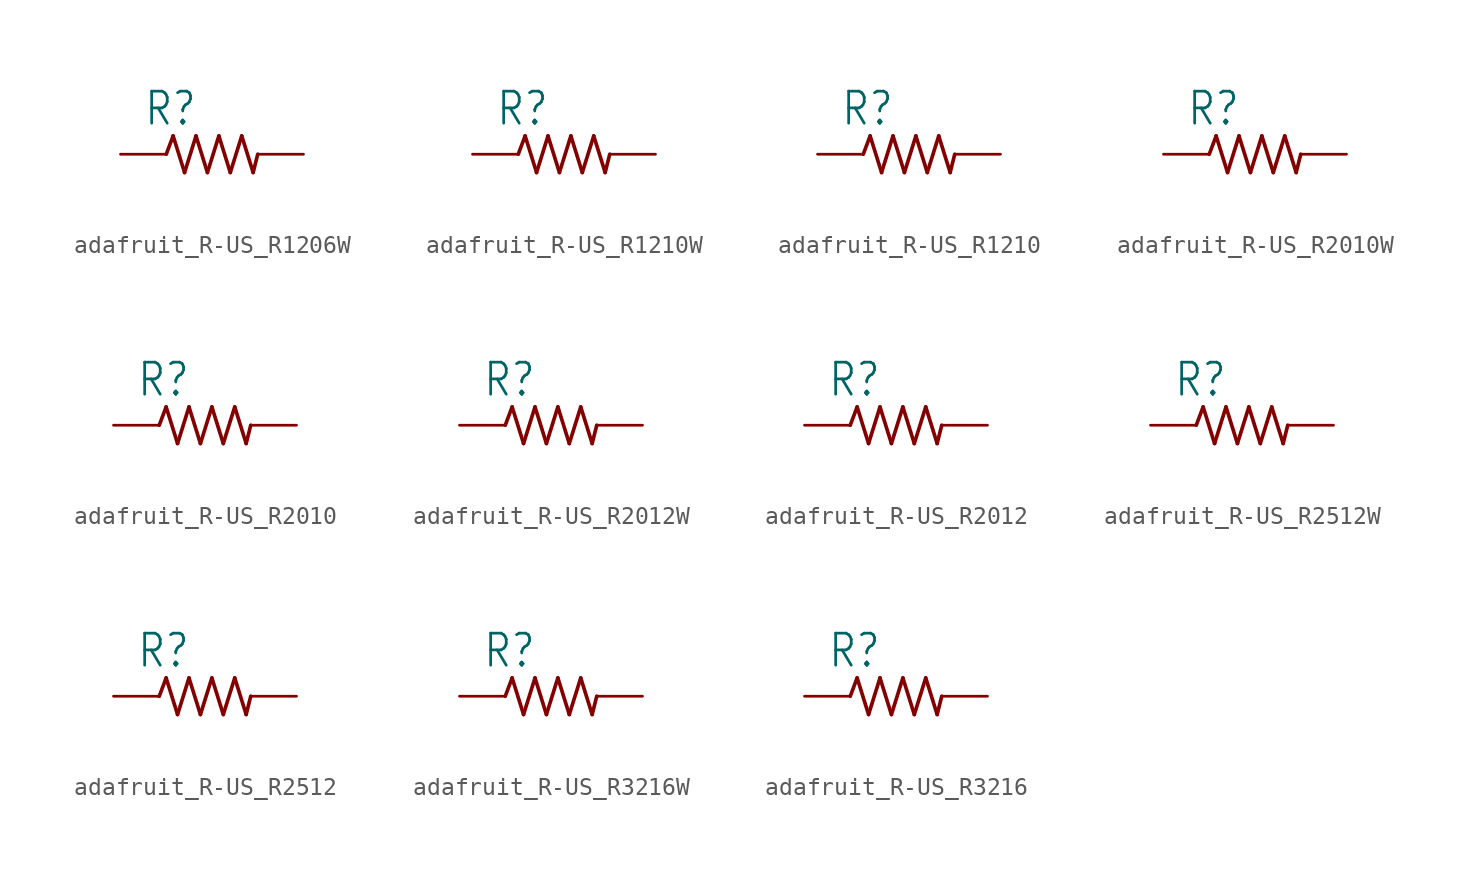
<source format=kicad_sym>
(kicad_symbol_lib
  (version 20220914)
  (generator kicad_symbol_editor)
  (symbol "adafruit_R-US_R1206W"
    (property "Reference" "R"
      (at -3.81 1.499 0)
      (effects (font (size 1.778 1.511)) (justify left bottom)))
    (property "Value" ""
      (at -3.81 -3.302 0)
      (effects (font (size 1.778 1.511)) (justify left bottom)))
    (property "ki_locked" ""
      (at 0 0 0)
      (effects (font (size 1.27 1.27))))
    (symbol "adafruit_R-US_R1206W_1_0"
      (polyline (pts (xy -2.54 0) (xy -2.159 1.016)) (stroke (width 0.203) (type solid)) (fill (type none)))
      (polyline (pts (xy -2.159 1.016) (xy -1.524 -1.016)) (stroke (width 0.203) (type solid)) (fill (type none)))
      (polyline (pts (xy -1.524 -1.016) (xy -0.889 1.016)) (stroke (width 0.203) (type solid)) (fill (type none)))
      (polyline (pts (xy -0.889 1.016) (xy -0.254 -1.016)) (stroke (width 0.203) (type solid)) (fill (type none)))
      (polyline (pts (xy -0.254 -1.016) (xy 0.381 1.016)) (stroke (width 0.203) (type solid)) (fill (type none)))
      (polyline (pts (xy 0.381 1.016) (xy 1.016 -1.016)) (stroke (width 0.203) (type solid)) (fill (type none)))
      (polyline (pts (xy 1.016 -1.016) (xy 1.651 1.016)) (stroke (width 0.203) (type solid)) (fill (type none)))
      (polyline (pts (xy 1.651 1.016) (xy 2.286 -1.016)) (stroke (width 0.203) (type solid)) (fill (type none)))
      (polyline (pts (xy 2.286 -1.016) (xy 2.54 0)) (stroke (width 0.203) (type solid)) (fill (type none)))
      (pin passive line (at -5.08 0 0) (length 2.54) (name "1" (effects (font (size 0 0)))) (number "1" (effects (font (size 0 0)))))
      (pin passive line (at 5.08 0 180) (length 2.54) (name "2" (effects (font (size 0 0)))) (number "2" (effects (font (size 0 0)))))))
  (symbol "adafruit_R-US_R1210W"
    (property "Reference" "R"
      (at -3.81 1.499 0)
      (effects (font (size 1.778 1.511)) (justify left bottom)))
    (property "Value" ""
      (at -3.81 -3.302 0)
      (effects (font (size 1.778 1.511)) (justify left bottom)))
    (property "ki_locked" ""
      (at 0 0 0)
      (effects (font (size 1.27 1.27))))
    (symbol "adafruit_R-US_R1210W_1_0"
      (polyline (pts (xy -2.54 0) (xy -2.159 1.016)) (stroke (width 0.203) (type solid)) (fill (type none)))
      (polyline (pts (xy -2.159 1.016) (xy -1.524 -1.016)) (stroke (width 0.203) (type solid)) (fill (type none)))
      (polyline (pts (xy -1.524 -1.016) (xy -0.889 1.016)) (stroke (width 0.203) (type solid)) (fill (type none)))
      (polyline (pts (xy -0.889 1.016) (xy -0.254 -1.016)) (stroke (width 0.203) (type solid)) (fill (type none)))
      (polyline (pts (xy -0.254 -1.016) (xy 0.381 1.016)) (stroke (width 0.203) (type solid)) (fill (type none)))
      (polyline (pts (xy 0.381 1.016) (xy 1.016 -1.016)) (stroke (width 0.203) (type solid)) (fill (type none)))
      (polyline (pts (xy 1.016 -1.016) (xy 1.651 1.016)) (stroke (width 0.203) (type solid)) (fill (type none)))
      (polyline (pts (xy 1.651 1.016) (xy 2.286 -1.016)) (stroke (width 0.203) (type solid)) (fill (type none)))
      (polyline (pts (xy 2.286 -1.016) (xy 2.54 0)) (stroke (width 0.203) (type solid)) (fill (type none)))
      (pin passive line (at -5.08 0 0) (length 2.54) (name "1" (effects (font (size 0 0)))) (number "1" (effects (font (size 0 0)))))
      (pin passive line (at 5.08 0 180) (length 2.54) (name "2" (effects (font (size 0 0)))) (number "2" (effects (font (size 0 0)))))))
  (symbol "adafruit_R-US_R1210"
    (property "Reference" "R"
      (at -3.81 1.499 0)
      (effects (font (size 1.778 1.511)) (justify left bottom)))
    (property "Value" ""
      (at -3.81 -3.302 0)
      (effects (font (size 1.778 1.511)) (justify left bottom)))
    (property "ki_locked" ""
      (at 0 0 0)
      (effects (font (size 1.27 1.27))))
    (symbol "adafruit_R-US_R1210_1_0"
      (polyline (pts (xy -2.54 0) (xy -2.159 1.016)) (stroke (width 0.203) (type solid)) (fill (type none)))
      (polyline (pts (xy -2.159 1.016) (xy -1.524 -1.016)) (stroke (width 0.203) (type solid)) (fill (type none)))
      (polyline (pts (xy -1.524 -1.016) (xy -0.889 1.016)) (stroke (width 0.203) (type solid)) (fill (type none)))
      (polyline (pts (xy -0.889 1.016) (xy -0.254 -1.016)) (stroke (width 0.203) (type solid)) (fill (type none)))
      (polyline (pts (xy -0.254 -1.016) (xy 0.381 1.016)) (stroke (width 0.203) (type solid)) (fill (type none)))
      (polyline (pts (xy 0.381 1.016) (xy 1.016 -1.016)) (stroke (width 0.203) (type solid)) (fill (type none)))
      (polyline (pts (xy 1.016 -1.016) (xy 1.651 1.016)) (stroke (width 0.203) (type solid)) (fill (type none)))
      (polyline (pts (xy 1.651 1.016) (xy 2.286 -1.016)) (stroke (width 0.203) (type solid)) (fill (type none)))
      (polyline (pts (xy 2.286 -1.016) (xy 2.54 0)) (stroke (width 0.203) (type solid)) (fill (type none)))
      (pin passive line (at -5.08 0 0) (length 2.54) (name "1" (effects (font (size 0 0)))) (number "1" (effects (font (size 0 0)))))
      (pin passive line (at 5.08 0 180) (length 2.54) (name "2" (effects (font (size 0 0)))) (number "2" (effects (font (size 0 0)))))))
  (symbol "adafruit_R-US_R2010W"
    (property "Reference" "R"
      (at -3.81 1.499 0)
      (effects (font (size 1.778 1.511)) (justify left bottom)))
    (property "Value" ""
      (at -3.81 -3.302 0)
      (effects (font (size 1.778 1.511)) (justify left bottom)))
    (property "ki_locked" ""
      (at 0 0 0)
      (effects (font (size 1.27 1.27))))
    (symbol "adafruit_R-US_R2010W_1_0"
      (polyline (pts (xy -2.54 0) (xy -2.159 1.016)) (stroke (width 0.203) (type solid)) (fill (type none)))
      (polyline (pts (xy -2.159 1.016) (xy -1.524 -1.016)) (stroke (width 0.203) (type solid)) (fill (type none)))
      (polyline (pts (xy -1.524 -1.016) (xy -0.889 1.016)) (stroke (width 0.203) (type solid)) (fill (type none)))
      (polyline (pts (xy -0.889 1.016) (xy -0.254 -1.016)) (stroke (width 0.203) (type solid)) (fill (type none)))
      (polyline (pts (xy -0.254 -1.016) (xy 0.381 1.016)) (stroke (width 0.203) (type solid)) (fill (type none)))
      (polyline (pts (xy 0.381 1.016) (xy 1.016 -1.016)) (stroke (width 0.203) (type solid)) (fill (type none)))
      (polyline (pts (xy 1.016 -1.016) (xy 1.651 1.016)) (stroke (width 0.203) (type solid)) (fill (type none)))
      (polyline (pts (xy 1.651 1.016) (xy 2.286 -1.016)) (stroke (width 0.203) (type solid)) (fill (type none)))
      (polyline (pts (xy 2.286 -1.016) (xy 2.54 0)) (stroke (width 0.203) (type solid)) (fill (type none)))
      (pin passive line (at -5.08 0 0) (length 2.54) (name "1" (effects (font (size 0 0)))) (number "1" (effects (font (size 0 0)))))
      (pin passive line (at 5.08 0 180) (length 2.54) (name "2" (effects (font (size 0 0)))) (number "2" (effects (font (size 0 0)))))))
  (symbol "adafruit_R-US_R2010"
    (property "Reference" "R"
      (at -3.81 1.499 0)
      (effects (font (size 1.778 1.511)) (justify left bottom)))
    (property "Value" ""
      (at -3.81 -3.302 0)
      (effects (font (size 1.778 1.511)) (justify left bottom)))
    (property "ki_locked" ""
      (at 0 0 0)
      (effects (font (size 1.27 1.27))))
    (symbol "adafruit_R-US_R2010_1_0"
      (polyline (pts (xy -2.54 0) (xy -2.159 1.016)) (stroke (width 0.203) (type solid)) (fill (type none)))
      (polyline (pts (xy -2.159 1.016) (xy -1.524 -1.016)) (stroke (width 0.203) (type solid)) (fill (type none)))
      (polyline (pts (xy -1.524 -1.016) (xy -0.889 1.016)) (stroke (width 0.203) (type solid)) (fill (type none)))
      (polyline (pts (xy -0.889 1.016) (xy -0.254 -1.016)) (stroke (width 0.203) (type solid)) (fill (type none)))
      (polyline (pts (xy -0.254 -1.016) (xy 0.381 1.016)) (stroke (width 0.203) (type solid)) (fill (type none)))
      (polyline (pts (xy 0.381 1.016) (xy 1.016 -1.016)) (stroke (width 0.203) (type solid)) (fill (type none)))
      (polyline (pts (xy 1.016 -1.016) (xy 1.651 1.016)) (stroke (width 0.203) (type solid)) (fill (type none)))
      (polyline (pts (xy 1.651 1.016) (xy 2.286 -1.016)) (stroke (width 0.203) (type solid)) (fill (type none)))
      (polyline (pts (xy 2.286 -1.016) (xy 2.54 0)) (stroke (width 0.203) (type solid)) (fill (type none)))
      (pin passive line (at -5.08 0 0) (length 2.54) (name "1" (effects (font (size 0 0)))) (number "1" (effects (font (size 0 0)))))
      (pin passive line (at 5.08 0 180) (length 2.54) (name "2" (effects (font (size 0 0)))) (number "2" (effects (font (size 0 0)))))))
  (symbol "adafruit_R-US_R2012W"
    (property "Reference" "R"
      (at -3.81 1.499 0)
      (effects (font (size 1.778 1.511)) (justify left bottom)))
    (property "Value" ""
      (at -3.81 -3.302 0)
      (effects (font (size 1.778 1.511)) (justify left bottom)))
    (property "ki_locked" ""
      (at 0 0 0)
      (effects (font (size 1.27 1.27))))
    (symbol "adafruit_R-US_R2012W_1_0"
      (polyline (pts (xy -2.54 0) (xy -2.159 1.016)) (stroke (width 0.203) (type solid)) (fill (type none)))
      (polyline (pts (xy -2.159 1.016) (xy -1.524 -1.016)) (stroke (width 0.203) (type solid)) (fill (type none)))
      (polyline (pts (xy -1.524 -1.016) (xy -0.889 1.016)) (stroke (width 0.203) (type solid)) (fill (type none)))
      (polyline (pts (xy -0.889 1.016) (xy -0.254 -1.016)) (stroke (width 0.203) (type solid)) (fill (type none)))
      (polyline (pts (xy -0.254 -1.016) (xy 0.381 1.016)) (stroke (width 0.203) (type solid)) (fill (type none)))
      (polyline (pts (xy 0.381 1.016) (xy 1.016 -1.016)) (stroke (width 0.203) (type solid)) (fill (type none)))
      (polyline (pts (xy 1.016 -1.016) (xy 1.651 1.016)) (stroke (width 0.203) (type solid)) (fill (type none)))
      (polyline (pts (xy 1.651 1.016) (xy 2.286 -1.016)) (stroke (width 0.203) (type solid)) (fill (type none)))
      (polyline (pts (xy 2.286 -1.016) (xy 2.54 0)) (stroke (width 0.203) (type solid)) (fill (type none)))
      (pin passive line (at -5.08 0 0) (length 2.54) (name "1" (effects (font (size 0 0)))) (number "1" (effects (font (size 0 0)))))
      (pin passive line (at 5.08 0 180) (length 2.54) (name "2" (effects (font (size 0 0)))) (number "2" (effects (font (size 0 0)))))))
  (symbol "adafruit_R-US_R2012"
    (property "Reference" "R"
      (at -3.81 1.499 0)
      (effects (font (size 1.778 1.511)) (justify left bottom)))
    (property "Value" ""
      (at -3.81 -3.302 0)
      (effects (font (size 1.778 1.511)) (justify left bottom)))
    (property "ki_locked" ""
      (at 0 0 0)
      (effects (font (size 1.27 1.27))))
    (symbol "adafruit_R-US_R2012_1_0"
      (polyline (pts (xy -2.54 0) (xy -2.159 1.016)) (stroke (width 0.203) (type solid)) (fill (type none)))
      (polyline (pts (xy -2.159 1.016) (xy -1.524 -1.016)) (stroke (width 0.203) (type solid)) (fill (type none)))
      (polyline (pts (xy -1.524 -1.016) (xy -0.889 1.016)) (stroke (width 0.203) (type solid)) (fill (type none)))
      (polyline (pts (xy -0.889 1.016) (xy -0.254 -1.016)) (stroke (width 0.203) (type solid)) (fill (type none)))
      (polyline (pts (xy -0.254 -1.016) (xy 0.381 1.016)) (stroke (width 0.203) (type solid)) (fill (type none)))
      (polyline (pts (xy 0.381 1.016) (xy 1.016 -1.016)) (stroke (width 0.203) (type solid)) (fill (type none)))
      (polyline (pts (xy 1.016 -1.016) (xy 1.651 1.016)) (stroke (width 0.203) (type solid)) (fill (type none)))
      (polyline (pts (xy 1.651 1.016) (xy 2.286 -1.016)) (stroke (width 0.203) (type solid)) (fill (type none)))
      (polyline (pts (xy 2.286 -1.016) (xy 2.54 0)) (stroke (width 0.203) (type solid)) (fill (type none)))
      (pin passive line (at -5.08 0 0) (length 2.54) (name "1" (effects (font (size 0 0)))) (number "1" (effects (font (size 0 0)))))
      (pin passive line (at 5.08 0 180) (length 2.54) (name "2" (effects (font (size 0 0)))) (number "2" (effects (font (size 0 0)))))))
  (symbol "adafruit_R-US_R2512W"
    (property "Reference" "R"
      (at -3.81 1.499 0)
      (effects (font (size 1.778 1.511)) (justify left bottom)))
    (property "Value" ""
      (at -3.81 -3.302 0)
      (effects (font (size 1.778 1.511)) (justify left bottom)))
    (property "ki_locked" ""
      (at 0 0 0)
      (effects (font (size 1.27 1.27))))
    (symbol "adafruit_R-US_R2512W_1_0"
      (polyline (pts (xy -2.54 0) (xy -2.159 1.016)) (stroke (width 0.203) (type solid)) (fill (type none)))
      (polyline (pts (xy -2.159 1.016) (xy -1.524 -1.016)) (stroke (width 0.203) (type solid)) (fill (type none)))
      (polyline (pts (xy -1.524 -1.016) (xy -0.889 1.016)) (stroke (width 0.203) (type solid)) (fill (type none)))
      (polyline (pts (xy -0.889 1.016) (xy -0.254 -1.016)) (stroke (width 0.203) (type solid)) (fill (type none)))
      (polyline (pts (xy -0.254 -1.016) (xy 0.381 1.016)) (stroke (width 0.203) (type solid)) (fill (type none)))
      (polyline (pts (xy 0.381 1.016) (xy 1.016 -1.016)) (stroke (width 0.203) (type solid)) (fill (type none)))
      (polyline (pts (xy 1.016 -1.016) (xy 1.651 1.016)) (stroke (width 0.203) (type solid)) (fill (type none)))
      (polyline (pts (xy 1.651 1.016) (xy 2.286 -1.016)) (stroke (width 0.203) (type solid)) (fill (type none)))
      (polyline (pts (xy 2.286 -1.016) (xy 2.54 0)) (stroke (width 0.203) (type solid)) (fill (type none)))
      (pin passive line (at -5.08 0 0) (length 2.54) (name "1" (effects (font (size 0 0)))) (number "1" (effects (font (size 0 0)))))
      (pin passive line (at 5.08 0 180) (length 2.54) (name "2" (effects (font (size 0 0)))) (number "2" (effects (font (size 0 0)))))))
  (symbol "adafruit_R-US_R2512"
    (property "Reference" "R"
      (at -3.81 1.499 0)
      (effects (font (size 1.778 1.511)) (justify left bottom)))
    (property "Value" ""
      (at -3.81 -3.302 0)
      (effects (font (size 1.778 1.511)) (justify left bottom)))
    (property "ki_locked" ""
      (at 0 0 0)
      (effects (font (size 1.27 1.27))))
    (symbol "adafruit_R-US_R2512_1_0"
      (polyline (pts (xy -2.54 0) (xy -2.159 1.016)) (stroke (width 0.203) (type solid)) (fill (type none)))
      (polyline (pts (xy -2.159 1.016) (xy -1.524 -1.016)) (stroke (width 0.203) (type solid)) (fill (type none)))
      (polyline (pts (xy -1.524 -1.016) (xy -0.889 1.016)) (stroke (width 0.203) (type solid)) (fill (type none)))
      (polyline (pts (xy -0.889 1.016) (xy -0.254 -1.016)) (stroke (width 0.203) (type solid)) (fill (type none)))
      (polyline (pts (xy -0.254 -1.016) (xy 0.381 1.016)) (stroke (width 0.203) (type solid)) (fill (type none)))
      (polyline (pts (xy 0.381 1.016) (xy 1.016 -1.016)) (stroke (width 0.203) (type solid)) (fill (type none)))
      (polyline (pts (xy 1.016 -1.016) (xy 1.651 1.016)) (stroke (width 0.203) (type solid)) (fill (type none)))
      (polyline (pts (xy 1.651 1.016) (xy 2.286 -1.016)) (stroke (width 0.203) (type solid)) (fill (type none)))
      (polyline (pts (xy 2.286 -1.016) (xy 2.54 0)) (stroke (width 0.203) (type solid)) (fill (type none)))
      (pin passive line (at -5.08 0 0) (length 2.54) (name "1" (effects (font (size 0 0)))) (number "1" (effects (font (size 0 0)))))
      (pin passive line (at 5.08 0 180) (length 2.54) (name "2" (effects (font (size 0 0)))) (number "2" (effects (font (size 0 0)))))))
  (symbol "adafruit_R-US_R3216W"
    (property "Reference" "R"
      (at -3.81 1.499 0)
      (effects (font (size 1.778 1.511)) (justify left bottom)))
    (property "Value" ""
      (at -3.81 -3.302 0)
      (effects (font (size 1.778 1.511)) (justify left bottom)))
    (property "ki_locked" ""
      (at 0 0 0)
      (effects (font (size 1.27 1.27))))
    (symbol "adafruit_R-US_R3216W_1_0"
      (polyline (pts (xy -2.54 0) (xy -2.159 1.016)) (stroke (width 0.203) (type solid)) (fill (type none)))
      (polyline (pts (xy -2.159 1.016) (xy -1.524 -1.016)) (stroke (width 0.203) (type solid)) (fill (type none)))
      (polyline (pts (xy -1.524 -1.016) (xy -0.889 1.016)) (stroke (width 0.203) (type solid)) (fill (type none)))
      (polyline (pts (xy -0.889 1.016) (xy -0.254 -1.016)) (stroke (width 0.203) (type solid)) (fill (type none)))
      (polyline (pts (xy -0.254 -1.016) (xy 0.381 1.016)) (stroke (width 0.203) (type solid)) (fill (type none)))
      (polyline (pts (xy 0.381 1.016) (xy 1.016 -1.016)) (stroke (width 0.203) (type solid)) (fill (type none)))
      (polyline (pts (xy 1.016 -1.016) (xy 1.651 1.016)) (stroke (width 0.203) (type solid)) (fill (type none)))
      (polyline (pts (xy 1.651 1.016) (xy 2.286 -1.016)) (stroke (width 0.203) (type solid)) (fill (type none)))
      (polyline (pts (xy 2.286 -1.016) (xy 2.54 0)) (stroke (width 0.203) (type solid)) (fill (type none)))
      (pin passive line (at -5.08 0 0) (length 2.54) (name "1" (effects (font (size 0 0)))) (number "1" (effects (font (size 0 0)))))
      (pin passive line (at 5.08 0 180) (length 2.54) (name "2" (effects (font (size 0 0)))) (number "2" (effects (font (size 0 0)))))))
  (symbol "adafruit_R-US_R3216"
    (property "Reference" "R"
      (at -3.81 1.499 0)
      (effects (font (size 1.778 1.511)) (justify left bottom)))
    (property "Value" ""
      (at -3.81 -3.302 0)
      (effects (font (size 1.778 1.511)) (justify left bottom)))
    (property "ki_locked" ""
      (at 0 0 0)
      (effects (font (size 1.27 1.27))))
    (symbol "adafruit_R-US_R3216_1_0"
      (polyline (pts (xy -2.54 0) (xy -2.159 1.016)) (stroke (width 0.203) (type solid)) (fill (type none)))
      (polyline (pts (xy -2.159 1.016) (xy -1.524 -1.016)) (stroke (width 0.203) (type solid)) (fill (type none)))
      (polyline (pts (xy -1.524 -1.016) (xy -0.889 1.016)) (stroke (width 0.203) (type solid)) (fill (type none)))
      (polyline (pts (xy -0.889 1.016) (xy -0.254 -1.016)) (stroke (width 0.203) (type solid)) (fill (type none)))
      (polyline (pts (xy -0.254 -1.016) (xy 0.381 1.016)) (stroke (width 0.203) (type solid)) (fill (type none)))
      (polyline (pts (xy 0.381 1.016) (xy 1.016 -1.016)) (stroke (width 0.203) (type solid)) (fill (type none)))
      (polyline (pts (xy 1.016 -1.016) (xy 1.651 1.016)) (stroke (width 0.203) (type solid)) (fill (type none)))
      (polyline (pts (xy 1.651 1.016) (xy 2.286 -1.016)) (stroke (width 0.203) (type solid)) (fill (type none)))
      (polyline (pts (xy 2.286 -1.016) (xy 2.54 0)) (stroke (width 0.203) (type solid)) (fill (type none)))
      (pin passive line (at -5.08 0 0) (length 2.54) (name "1" (effects (font (size 0 0)))) (number "1" (effects (font (size 0 0)))))
      (pin passive line (at 5.08 0 180) (length 2.54) (name "2" (effects (font (size 0 0)))) (number "2" (effects (font (size 0 0))))))))
</source>
